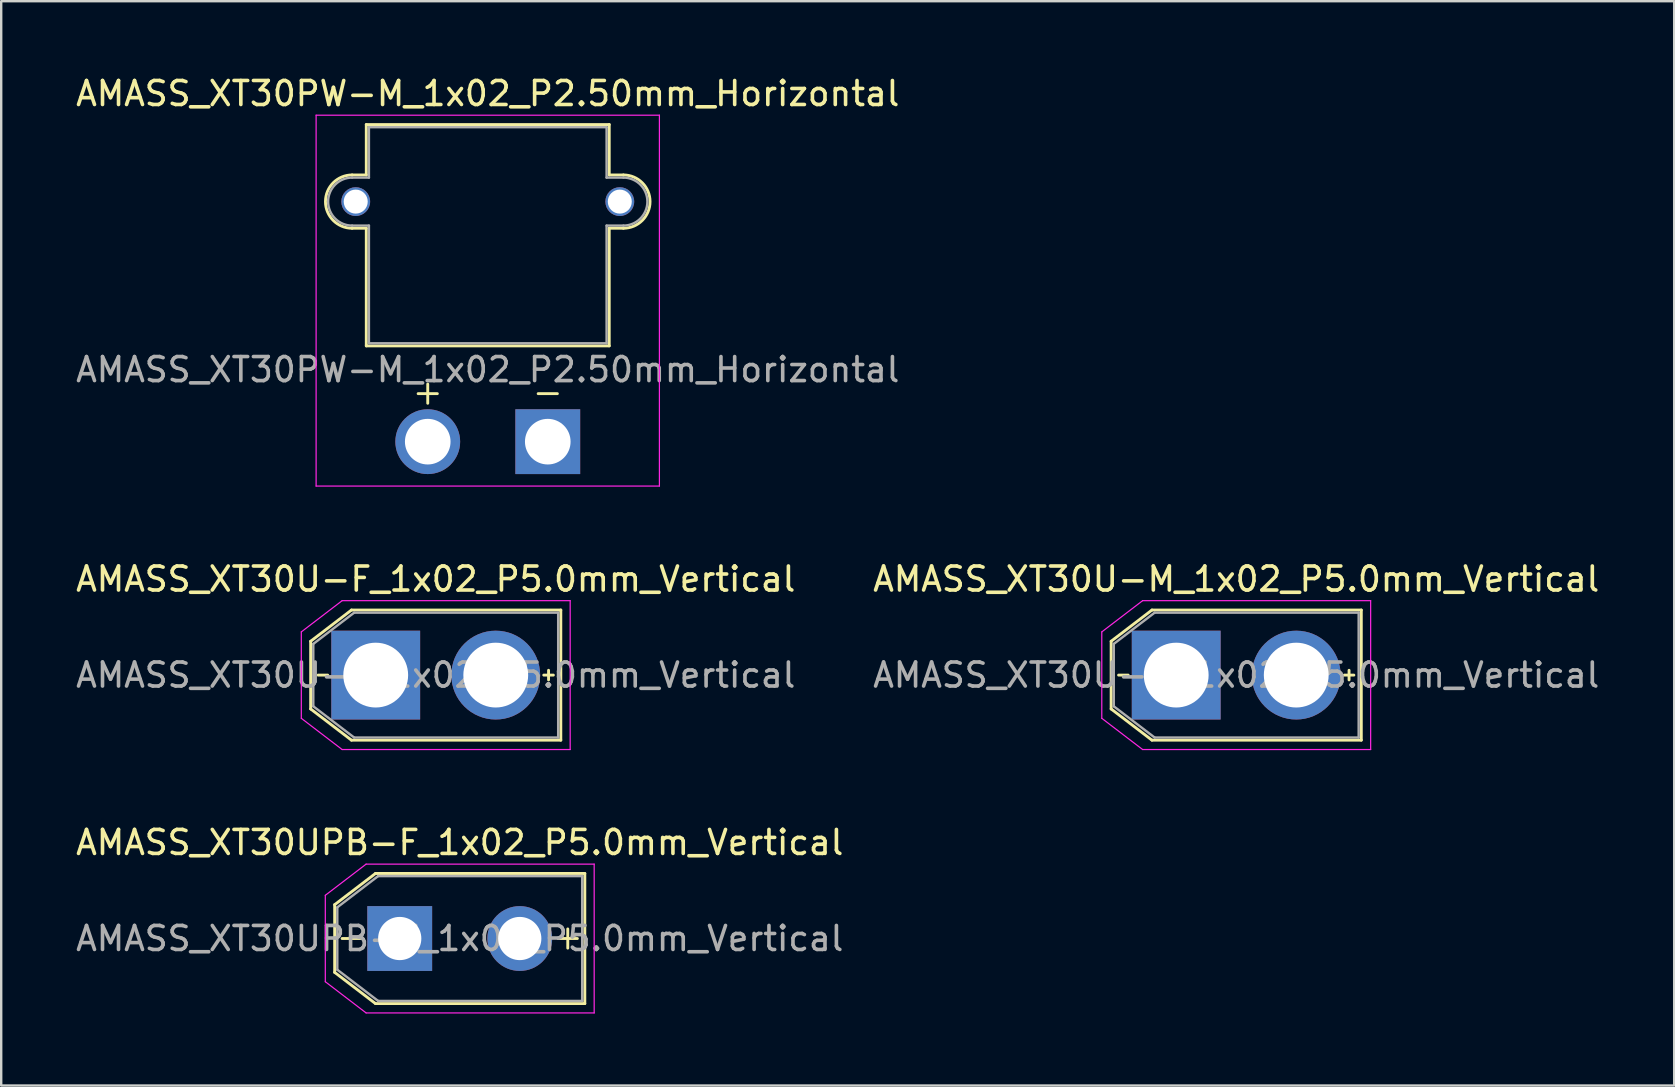
<source format=kicad_pcb>
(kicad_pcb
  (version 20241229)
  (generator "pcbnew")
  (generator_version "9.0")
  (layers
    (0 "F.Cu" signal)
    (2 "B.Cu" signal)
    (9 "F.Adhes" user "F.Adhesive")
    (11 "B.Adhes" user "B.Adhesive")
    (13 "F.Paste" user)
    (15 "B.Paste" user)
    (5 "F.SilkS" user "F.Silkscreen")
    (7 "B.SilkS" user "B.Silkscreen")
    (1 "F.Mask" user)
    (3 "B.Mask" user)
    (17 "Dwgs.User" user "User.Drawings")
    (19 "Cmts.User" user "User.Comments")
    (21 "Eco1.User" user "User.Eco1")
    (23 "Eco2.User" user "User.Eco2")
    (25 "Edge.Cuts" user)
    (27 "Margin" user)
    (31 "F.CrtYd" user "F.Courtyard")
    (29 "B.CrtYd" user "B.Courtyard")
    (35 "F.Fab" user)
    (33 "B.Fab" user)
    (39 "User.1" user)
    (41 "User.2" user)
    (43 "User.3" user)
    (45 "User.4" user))
  (footprint "AMASS_XT30UPB-F_1x02_P5.0mm_Vertical"
    (layer "F.Cu")
    (at 13.601 36.045)
    (property "Reference" "AMASS_XT30UPB-F_1x02_P5.0mm_Vertical" (at 2.5 -4 0) (layer "F.SilkS") (effects (font (size 1 1) (thickness 0.15))))
    (attr through_hole)
    (fp_line (start -2.71 -1.41) (end -2.71 1.41) (stroke (width 0.12) (type solid)) (layer "F.SilkS"))
    (fp_line (start -2.71 -1.41) (end -1.01 -2.71) (stroke (width 0.12) (type solid)) (layer "F.SilkS"))
    (fp_line (start -2.71 1.41) (end -1.01 2.71) (stroke (width 0.12) (type solid)) (layer "F.SilkS"))
    (fp_line (start -2.4 0) (end -1.6 0) (stroke (width 0.12) (type solid)) (layer "F.SilkS"))
    (fp_line (start -1.01 -2.71) (end 7.71 -2.71) (stroke (width 0.12) (type solid)) (layer "F.SilkS"))
    (fp_line (start -1.01 2.71) (end 7.71 2.71) (stroke (width 0.12) (type solid)) (layer "F.SilkS"))
    (fp_line (start 6.6 0) (end 7.4 0) (stroke (width 0.12) (type solid)) (layer "F.SilkS"))
    (fp_line (start 7 -0.4) (end 7 0.4) (stroke (width 0.12) (type solid)) (layer "F.SilkS"))
    (fp_line (start 7.71 -2.71) (end 7.71 2.71) (stroke (width 0.12) (type solid)) (layer "F.SilkS"))
    (fp_line (start -3.1 -1.8) (end -3.1 1.8) (stroke (width 0.05) (type solid)) (layer "F.CrtYd"))
    (fp_line (start -3.1 -1.8) (end -1.4 -3.1) (stroke (width 0.05) (type solid)) (layer "F.CrtYd"))
    (fp_line (start -3.1 1.8) (end -1.4 3.1) (stroke (width 0.05) (type solid)) (layer "F.CrtYd"))
    (fp_line (start -1.4 -3.1) (end 8.1 -3.1) (stroke (width 0.05) (type solid)) (layer "F.CrtYd"))
    (fp_line (start -1.4 3.1) (end 8.1 3.1) (stroke (width 0.05) (type solid)) (layer "F.CrtYd"))
    (fp_line (start 8.1 -3.1) (end 8.1 3.1) (stroke (width 0.05) (type solid)) (layer "F.CrtYd"))
    (fp_line (start -2.6 -1.3) (end -2.6 1.3) (stroke (width 0.1) (type solid)) (layer "F.Fab"))
    (fp_line (start -2.6 -1.3) (end -0.9 -2.6) (stroke (width 0.1) (type solid)) (layer "F.Fab"))
    (fp_line (start -2.6 1.3) (end -0.9 2.6) (stroke (width 0.1) (type solid)) (layer "F.Fab"))
    (fp_line (start -0.9 -2.6) (end 7.6 -2.6) (stroke (width 0.1) (type solid)) (layer "F.Fab"))
    (fp_line (start -0.9 2.6) (end 7.6 2.6) (stroke (width 0.1) (type solid)) (layer "F.Fab"))
    (fp_line (start 7.6 -2.6) (end 7.6 2.6) (stroke (width 0.1) (type solid)) (layer "F.Fab"))
    (fp_text user "${REFERENCE}" (at 2.5 0 0) (layer "F.Fab") (effects (font (size 1 1) (thickness 0.15))))
    (pad "1" thru_hole rect (at 0 0) (size 2.7 2.7) (drill 1.8) (layers "*.Cu" "*.Mask"))
    (pad "2" thru_hole circle (at 5 0) (size 2.7 2.7) (drill 1.8) (layers "*.Cu" "*.Mask")))
  (footprint "AMASS_XT30PW-M_1x02_P2.50mm_Horizontal"
    (layer "F.Cu")
    (at 19.768 15.348)
    (property "Reference" "AMASS_XT30PW-M_1x02_P2.50mm_Horizontal" (at -2.5 -14.5 0) (layer "F.SilkS") (effects (font (size 1 1) (thickness 0.15))))
    (attr through_hole)
    (fp_line (start -8.15 -11.11) (end -7.56 -11.11) (stroke (width 0.12) (type solid)) (layer "F.SilkS"))
    (fp_line (start -8.15 -8.89) (end -7.56 -8.89) (stroke (width 0.12) (type solid)) (layer "F.SilkS"))
    (fp_line (start -7.56 -13.21) (end -7.56 -11.11) (stroke (width 0.12) (type solid)) (layer "F.SilkS"))
    (fp_line (start -7.56 -13.21) (end 2.56 -13.21) (stroke (width 0.12) (type solid)) (layer "F.SilkS"))
    (fp_line (start -7.56 -8.89) (end -7.56 -3.99) (stroke (width 0.12) (type solid)) (layer "F.SilkS"))
    (fp_line (start -7.56 -3.99) (end 2.56 -3.99) (stroke (width 0.12) (type solid)) (layer "F.SilkS"))
    (fp_line (start -5.4 -2) (end -4.6 -2) (stroke (width 0.12) (type solid)) (layer "F.SilkS"))
    (fp_line (start -5 -2.4) (end -5 -1.6) (stroke (width 0.12) (type solid)) (layer "F.SilkS"))
    (fp_line (start -0.4 -2) (end 0.4 -2) (stroke (width 0.12) (type solid)) (layer "F.SilkS"))
    (fp_line (start 2.56 -13.21) (end 2.56 -11.11) (stroke (width 0.12) (type solid)) (layer "F.SilkS"))
    (fp_line (start 2.56 -11.11) (end 3.15 -11.11) (stroke (width 0.12) (type solid)) (layer "F.SilkS"))
    (fp_line (start 2.56 -8.89) (end 2.56 -3.99) (stroke (width 0.12) (type solid)) (layer "F.SilkS"))
    (fp_line (start 2.56 -8.89) (end 3.15 -8.89) (stroke (width 0.12) (type solid)) (layer "F.SilkS"))
    (fp_arc (start -8.15 -8.89) (mid -9.26 -10) (end -8.15 -11.11) (stroke (width 0.12) (type solid)) (layer "F.SilkS"))
    (fp_arc (start 3.15 -11.11) (mid 4.26 -10) (end 3.15 -8.89) (stroke (width 0.12) (type solid)) (layer "F.SilkS"))
    (fp_line (start -9.65 -13.6) (end -9.65 1.85) (stroke (width 0.05) (type solid)) (layer "F.CrtYd"))
    (fp_line (start -9.65 -13.6) (end 4.65 -13.6) (stroke (width 0.05) (type solid)) (layer "F.CrtYd"))
    (fp_line (start -9.65 1.85) (end 4.65 1.85) (stroke (width 0.05) (type solid)) (layer "F.CrtYd"))
    (fp_line (start 4.65 -13.6) (end 4.65 1.85) (stroke (width 0.05) (type solid)) (layer "F.CrtYd"))
    (fp_line (start -8.15 -11) (end -7.45 -11) (stroke (width 0.1) (type solid)) (layer "F.Fab"))
    (fp_line (start -8.15 -9) (end -7.45 -9) (stroke (width 0.1) (type solid)) (layer "F.Fab"))
    (fp_line (start -7.45 -13.1) (end -7.45 -11) (stroke (width 0.1) (type solid)) (layer "F.Fab"))
    (fp_line (start -7.45 -13.1) (end 2.45 -13.1) (stroke (width 0.1) (type solid)) (layer "F.Fab"))
    (fp_line (start -7.45 -9) (end -7.45 -4.1) (stroke (width 0.1) (type solid)) (layer "F.Fab"))
    (fp_line (start -7.45 -4.1) (end 2.45 -4.1) (stroke (width 0.1) (type solid)) (layer "F.Fab"))
    (fp_line (start 2.45 -13.1) (end 2.45 -11) (stroke (width 0.1) (type solid)) (layer "F.Fab"))
    (fp_line (start 2.45 -11) (end 3.15 -11) (stroke (width 0.1) (type solid)) (layer "F.Fab"))
    (fp_line (start 2.45 -9) (end 2.45 -4.1) (stroke (width 0.1) (type solid)) (layer "F.Fab"))
    (fp_line (start 2.45 -9) (end 3.15 -9) (stroke (width 0.1) (type solid)) (layer "F.Fab"))
    (fp_arc (start -8.15 -9) (mid -9.15 -10) (end -8.15 -11) (stroke (width 0.1) (type solid)) (layer "F.Fab"))
    (fp_arc (start 3.15 -11) (mid 4.15 -10) (end 3.15 -9) (stroke (width 0.1) (type solid)) (layer "F.Fab"))
    (fp_text user "${REFERENCE}" (at -2.5 -3 0) (layer "F.Fab") (effects (font (size 1 1) (thickness 0.15))))
    (pad "" thru_hole circle (at -8 -10) (size 1.2 1.2) (drill 1) (layers "*.Cu" "*.Mask"))
    (pad "" thru_hole circle (at 3 -10) (size 1.2 1.2) (drill 1) (layers "*.Cu" "*.Mask"))
    (pad "1" thru_hole rect (at 0 0) (size 2.7 2.7) (drill 1.9) (layers "*.Cu" "*.Mask"))
    (pad "2" thru_hole circle (at -5 0) (size 2.7 2.7) (drill 1.9) (layers "*.Cu" "*.Mask")))
  (footprint "AMASS_XT30U-M_1x02_P5.0mm_Vertical"
    (layer "F.Cu")
    (at 45.946 25.072)
    (property "Reference" "AMASS_XT30U-M_1x02_P5.0mm_Vertical" (at 2.5 -4 0) (layer "F.SilkS") (effects (font (size 1 1) (thickness 0.15))))
    (attr through_hole)
    (fp_line (start -2.71 -1.41) (end -2.71 1.41) (stroke (width 0.12) (type solid)) (layer "F.SilkS"))
    (fp_line (start -2.71 -1.41) (end -1.01 -2.71) (stroke (width 0.12) (type solid)) (layer "F.SilkS"))
    (fp_line (start -2.71 1.41) (end -1.01 2.71) (stroke (width 0.12) (type solid)) (layer "F.SilkS"))
    (fp_line (start -2.4 0) (end -2 0) (stroke (width 0.12) (type solid)) (layer "F.SilkS"))
    (fp_line (start -1.01 -2.71) (end 7.71 -2.71) (stroke (width 0.12) (type solid)) (layer "F.SilkS"))
    (fp_line (start -1.01 2.71) (end 7.71 2.71) (stroke (width 0.12) (type solid)) (layer "F.SilkS"))
    (fp_line (start 7 0) (end 7.4 0) (stroke (width 0.12) (type solid)) (layer "F.SilkS"))
    (fp_line (start 7.2 -0.2) (end 7.2 0.2) (stroke (width 0.12) (type solid)) (layer "F.SilkS"))
    (fp_line (start 7.71 -2.71) (end 7.71 2.71) (stroke (width 0.12) (type solid)) (layer "F.SilkS"))
    (fp_line (start -3.1 -1.8) (end -3.1 1.8) (stroke (width 0.05) (type solid)) (layer "F.CrtYd"))
    (fp_line (start -3.1 -1.8) (end -1.4 -3.1) (stroke (width 0.05) (type solid)) (layer "F.CrtYd"))
    (fp_line (start -3.1 1.8) (end -1.4 3.1) (stroke (width 0.05) (type solid)) (layer "F.CrtYd"))
    (fp_line (start -1.4 -3.1) (end 8.1 -3.1) (stroke (width 0.05) (type solid)) (layer "F.CrtYd"))
    (fp_line (start -1.4 3.1) (end 8.1 3.1) (stroke (width 0.05) (type solid)) (layer "F.CrtYd"))
    (fp_line (start 8.1 -3.1) (end 8.1 3.1) (stroke (width 0.05) (type solid)) (layer "F.CrtYd"))
    (fp_line (start -2.6 -1.3) (end -2.6 1.3) (stroke (width 0.1) (type solid)) (layer "F.Fab"))
    (fp_line (start -2.6 -1.3) (end -0.9 -2.6) (stroke (width 0.1) (type solid)) (layer "F.Fab"))
    (fp_line (start -2.6 1.3) (end -0.9 2.6) (stroke (width 0.1) (type solid)) (layer "F.Fab"))
    (fp_line (start -0.9 -2.6) (end 7.6 -2.6) (stroke (width 0.1) (type solid)) (layer "F.Fab"))
    (fp_line (start -0.9 2.6) (end 7.6 2.6) (stroke (width 0.1) (type solid)) (layer "F.Fab"))
    (fp_line (start 7.6 -2.6) (end 7.6 2.6) (stroke (width 0.1) (type solid)) (layer "F.Fab"))
    (fp_text user "${REFERENCE}" (at 2.5 0 0) (layer "F.Fab") (effects (font (size 1 1) (thickness 0.15))))
    (pad "1" thru_hole rect (at 0 0) (size 3.7 3.7) (drill 2.7) (layers "*.Cu" "*.Mask"))
    (pad "2" thru_hole circle (at 5 0) (size 3.7 3.7) (drill 2.7) (layers "*.Cu" "*.Mask")))
  (footprint "AMASS_XT30U-F_1x02_P5.0mm_Vertical"
    (layer "F.Cu")
    (at 12.601 25.072)
    (property "Reference" "AMASS_XT30U-F_1x02_P5.0mm_Vertical" (at 2.5 -4 0) (layer "F.SilkS") (effects (font (size 1 1) (thickness 0.15))))
    (attr through_hole)
    (fp_line (start -2.71 -1.41) (end -2.71 1.41) (stroke (width 0.12) (type solid)) (layer "F.SilkS"))
    (fp_line (start -2.71 -1.41) (end -1.01 -2.71) (stroke (width 0.12) (type solid)) (layer "F.SilkS"))
    (fp_line (start -2.71 1.41) (end -1.01 2.71) (stroke (width 0.12) (type solid)) (layer "F.SilkS"))
    (fp_line (start -2.4 0) (end -2 0) (stroke (width 0.12) (type solid)) (layer "F.SilkS"))
    (fp_line (start -1.01 -2.71) (end 7.71 -2.71) (stroke (width 0.12) (type solid)) (layer "F.SilkS"))
    (fp_line (start -1.01 2.71) (end 7.71 2.71) (stroke (width 0.12) (type solid)) (layer "F.SilkS"))
    (fp_line (start 7 0) (end 7.4 0) (stroke (width 0.12) (type solid)) (layer "F.SilkS"))
    (fp_line (start 7.2 -0.2) (end 7.2 0.2) (stroke (width 0.12) (type solid)) (layer "F.SilkS"))
    (fp_line (start 7.71 -2.71) (end 7.71 2.71) (stroke (width 0.12) (type solid)) (layer "F.SilkS"))
    (fp_line (start -3.1 -1.8) (end -3.1 1.8) (stroke (width 0.05) (type solid)) (layer "F.CrtYd"))
    (fp_line (start -3.1 -1.8) (end -1.4 -3.1) (stroke (width 0.05) (type solid)) (layer "F.CrtYd"))
    (fp_line (start -3.1 1.8) (end -1.4 3.1) (stroke (width 0.05) (type solid)) (layer "F.CrtYd"))
    (fp_line (start -1.4 -3.1) (end 8.1 -3.1) (stroke (width 0.05) (type solid)) (layer "F.CrtYd"))
    (fp_line (start -1.4 3.1) (end 8.1 3.1) (stroke (width 0.05) (type solid)) (layer "F.CrtYd"))
    (fp_line (start 8.1 -3.1) (end 8.1 3.1) (stroke (width 0.05) (type solid)) (layer "F.CrtYd"))
    (fp_line (start -2.6 -1.3) (end -2.6 1.3) (stroke (width 0.1) (type solid)) (layer "F.Fab"))
    (fp_line (start -2.6 -1.3) (end -0.9 -2.6) (stroke (width 0.1) (type solid)) (layer "F.Fab"))
    (fp_line (start -2.6 1.3) (end -0.9 2.6) (stroke (width 0.1) (type solid)) (layer "F.Fab"))
    (fp_line (start -0.9 -2.6) (end 7.6 -2.6) (stroke (width 0.1) (type solid)) (layer "F.Fab"))
    (fp_line (start -0.9 2.6) (end 7.6 2.6) (stroke (width 0.1) (type solid)) (layer "F.Fab"))
    (fp_line (start 7.6 -2.6) (end 7.6 2.6) (stroke (width 0.1) (type solid)) (layer "F.Fab"))
    (fp_text user "${REFERENCE}" (at 2.5 0 0) (layer "F.Fab") (effects (font (size 1 1) (thickness 0.15))))
    (pad "1" thru_hole rect (at 0 0) (size 3.7 3.7) (drill 2.7) (layers "*.Cu" "*.Mask"))
    (pad "2" thru_hole circle (at 5 0) (size 3.7 3.7) (drill 2.7) (layers "*.Cu" "*.Mask")))
  (gr_rect
    (start -3 -3)
    (end 66.69 42.17)
    (stroke (width 0.1) (type default))
    (fill no)
    (layer "Edge.Cuts")))
</source>
